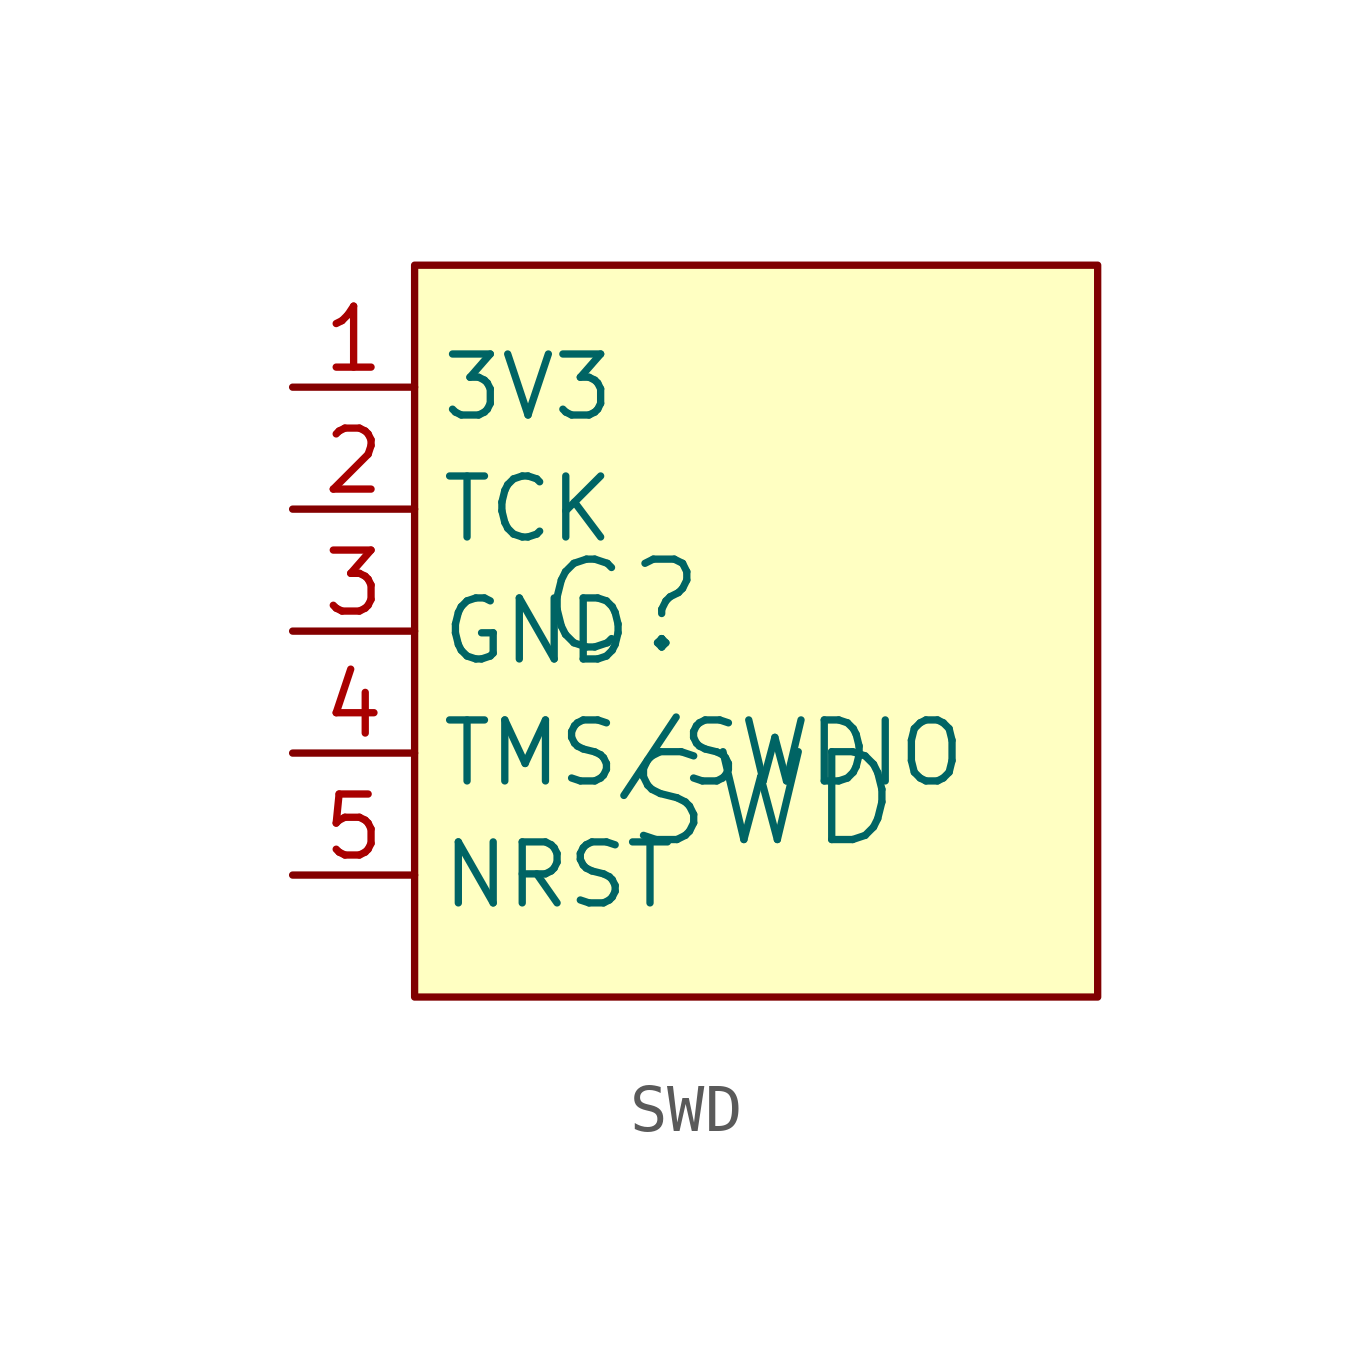
<source format=kicad_sym>
(kicad_symbol_lib
  (version 20241209)
  (generator "kicad_symbol_editor")
  (generator_version "9.0")
  (symbol "SWD"
    (property "Reference" "C"
      (at -1.27 1.27 0)
      (effects (font (size 1.829 1.829))))
    (property "Value" "SWD"
      (at -1.27 -3.81 0)
      (effects (font (size 1.829 1.829)) (justify left bottom)))
    (symbol "SWD_1_0"
      (rectangle (start 8.636 8.382) (end -5.588 -6.858) (stroke (width 0) (type solid) (color 128 0 0 1)) (fill (type background)))
      (pin passive line (at -8.128 5.842 0) (length 2.54) (name "3V3" (effects (font (size 1.27 1.27)))) (number "1" (effects (font (size 1.27 1.27)))))
      (pin passive line (at -8.128 3.302 0) (length 2.54) (name "TCK" (effects (font (size 1.27 1.27)))) (number "2" (effects (font (size 1.27 1.27)))))
      (pin passive line (at -8.128 0.762 0) (length 2.54) (name "GND" (effects (font (size 1.27 1.27)))) (number "3" (effects (font (size 1.27 1.27)))))
      (pin passive line (at -8.128 -1.778 0) (length 2.54) (name "TMS/SWDIO" (effects (font (size 1.27 1.27)))) (number "4" (effects (font (size 1.27 1.27)))))
      (pin passive line (at -8.128 -4.318 0) (length 2.54) (name "NRST" (effects (font (size 1.27 1.27)))) (number "5" (effects (font (size 1.27 1.27))))))))
</source>
